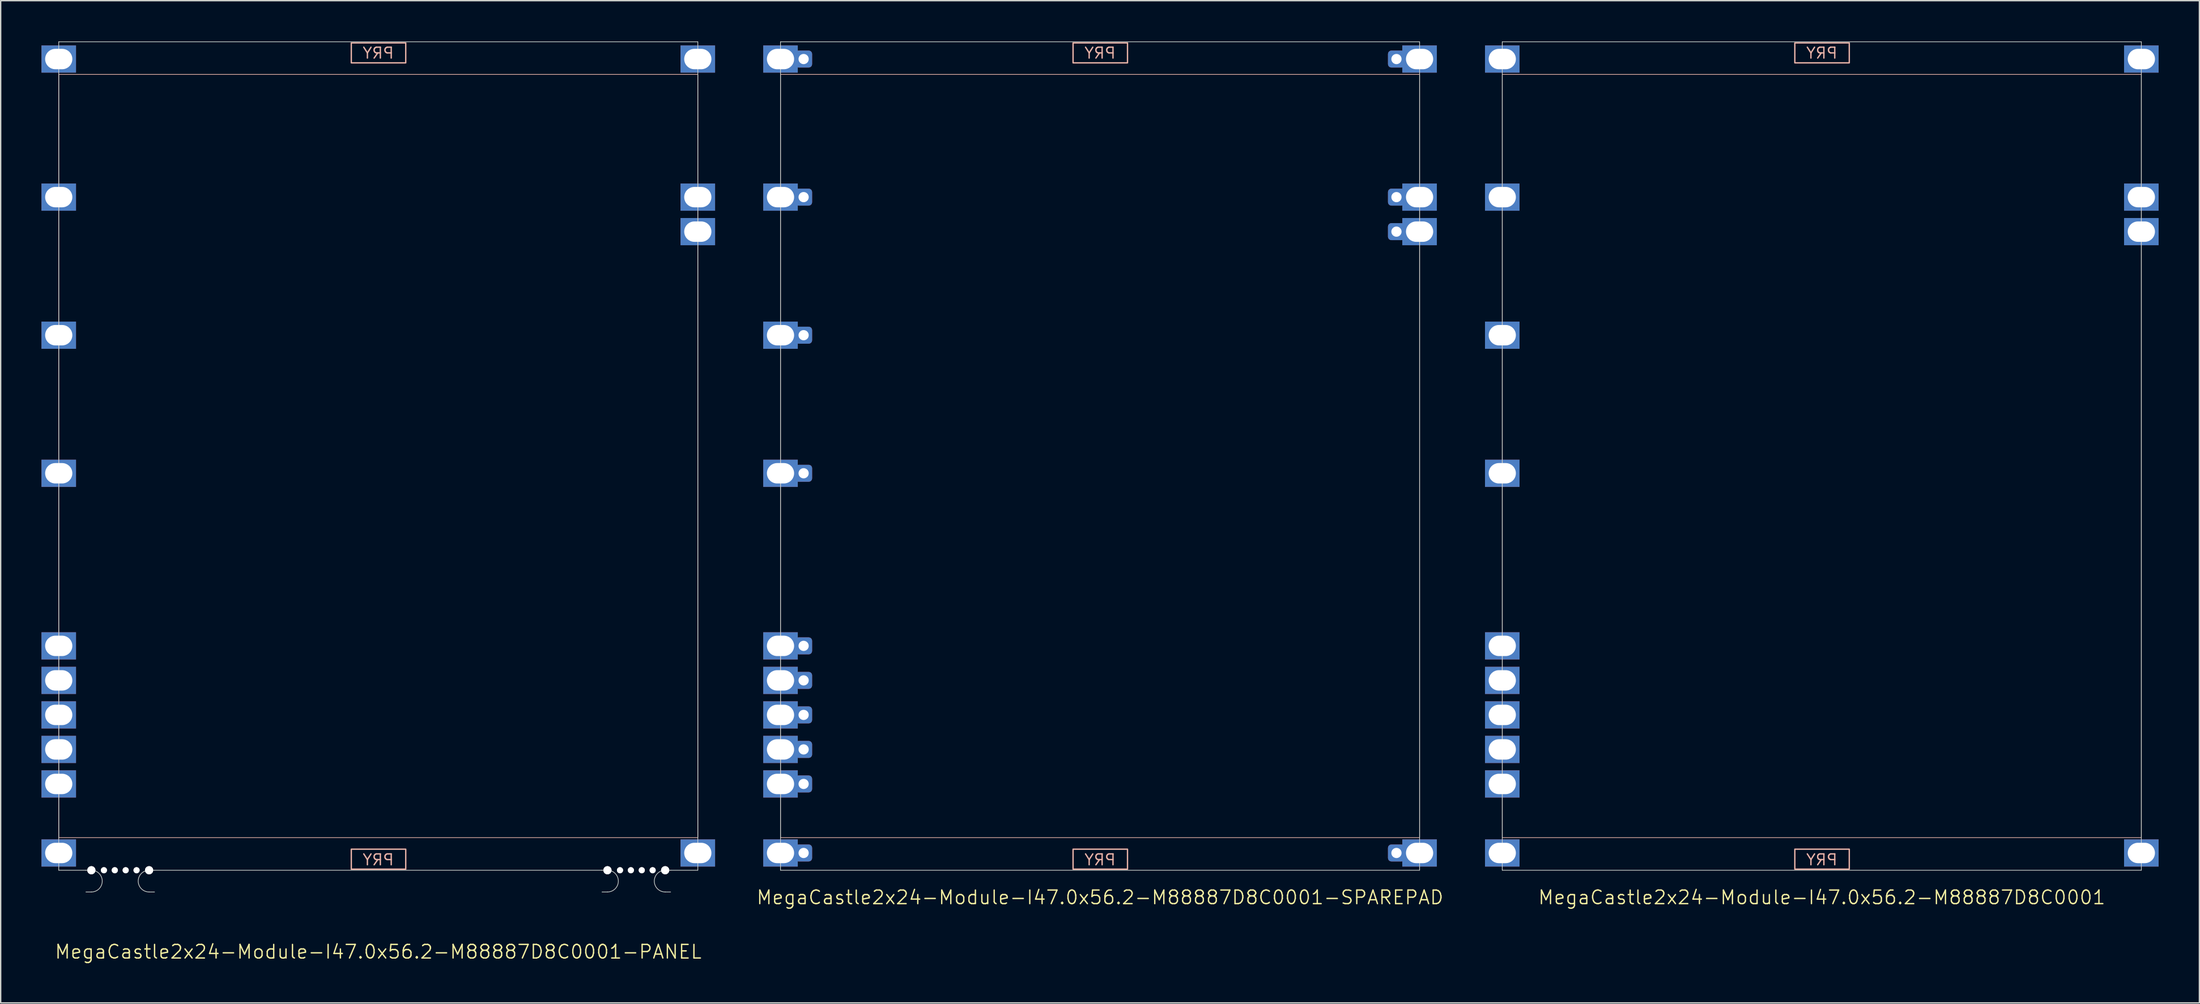
<source format=kicad_pcb>
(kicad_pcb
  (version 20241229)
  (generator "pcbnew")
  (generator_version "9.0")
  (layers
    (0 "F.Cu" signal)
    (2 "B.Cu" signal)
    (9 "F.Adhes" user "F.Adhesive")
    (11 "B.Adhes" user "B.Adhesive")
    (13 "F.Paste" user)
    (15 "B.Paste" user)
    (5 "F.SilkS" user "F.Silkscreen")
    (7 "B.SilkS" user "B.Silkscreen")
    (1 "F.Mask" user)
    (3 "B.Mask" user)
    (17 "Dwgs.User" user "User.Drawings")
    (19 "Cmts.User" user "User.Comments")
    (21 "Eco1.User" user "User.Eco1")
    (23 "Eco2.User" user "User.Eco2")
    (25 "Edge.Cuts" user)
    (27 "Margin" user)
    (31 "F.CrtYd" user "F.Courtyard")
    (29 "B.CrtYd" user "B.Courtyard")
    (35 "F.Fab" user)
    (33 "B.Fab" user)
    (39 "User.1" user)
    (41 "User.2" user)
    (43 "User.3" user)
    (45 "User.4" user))
  (footprint "MegaCastle2x24-Module-I47.0x56.2-M88887D8C0001-PANEL"
    (layer "F.Cu")
    (at 24.77 30.505)
    (property "Reference" "MegaCastle2x24-Module-I47.0x56.2-M88887D8C0001-PANEL" (at 0 36.48 0) (unlocked yes) (layer "F.SilkS") (effects (font (size 1 1) (thickness 0.1))))
    (attr smd)
    (fp_rect (start -23.5 28.08) (end 23.5 -28.08) (stroke (width 0.05) (type default)) (fill no) (layer "B.SilkS"))
    (fp_rect (start -1.984 -28.931) (end 2.02 -30.4) (stroke (width 0.1) (type default)) (fill no) (layer "B.SilkS"))
    (fp_rect (start -1.984 28.931) (end 2.02 30.4) (stroke (width 0.1) (type default)) (fill no) (layer "B.SilkS"))
    (fp_line (start -23.5 -30.48) (end -23.5 30.48) (stroke (width 0.05) (type default)) (layer "Edge.Cuts"))
    (fp_line (start -23.5 -30.48) (end 23.5 -30.48) (stroke (width 0.05) (type default)) (layer "Edge.Cuts"))
    (fp_line (start -23.5 30.48) (end -21.5 30.48) (stroke (width 0.05) (type default)) (layer "Edge.Cuts"))
    (fp_line (start -21.5 30.48) (end -21.1 30.48) (stroke (width 0.05) (type default)) (layer "Edge.Cuts"))
    (fp_line (start -21.5 32.08) (end -21.1 32.08) (stroke (width 0.05) (type default)) (layer "Edge.Cuts"))
    (fp_line (start -16.455 30.48) (end -16.855 30.48) (stroke (width 0.05) (type default)) (layer "Edge.Cuts"))
    (fp_line (start -16.455 30.48) (end 16.455 30.48) (stroke (width 0.05) (type default)) (layer "Edge.Cuts"))
    (fp_line (start -16.455 32.08) (end -16.855 32.08) (stroke (width 0.05) (type default)) (layer "Edge.Cuts"))
    (fp_line (start 16.455 30.48) (end 16.855 30.48) (stroke (width 0.05) (type default)) (layer "Edge.Cuts"))
    (fp_line (start 16.455 32.08) (end 16.855 32.08) (stroke (width 0.05) (type default)) (layer "Edge.Cuts"))
    (fp_line (start 21.5 30.48) (end 21.1 30.48) (stroke (width 0.05) (type default)) (layer "Edge.Cuts"))
    (fp_line (start 21.5 30.48) (end 23.5 30.48) (stroke (width 0.05) (type default)) (layer "Edge.Cuts"))
    (fp_line (start 21.5 32.08) (end 21.1 32.08) (stroke (width 0.05) (type default)) (layer "Edge.Cuts"))
    (fp_line (start 23.5 -30.48) (end 23.5 30.48) (stroke (width 0.05) (type default)) (layer "Edge.Cuts"))
    (fp_arc (start -21.1 30.48) (mid -20.299999 31.280001) (end -21.1 32.080002) (stroke (width 0.05) (type default)) (layer "Edge.Cuts"))
    (fp_arc (start -16.855 32.080002) (mid -17.655001 31.280001) (end -16.855 30.48) (stroke (width 0.05) (type default)) (layer "Edge.Cuts"))
    (fp_arc (start 16.855001 30.48) (mid 17.655003 31.280001) (end 16.855001 32.080002) (stroke (width 0.05) (type default)) (layer "Edge.Cuts"))
    (fp_arc (start 21.100002 32.080002) (mid 20.299998 31.28) (end 21.100002 30.48) (stroke (width 0.05) (type default)) (layer "Edge.Cuts"))
    (fp_text user "PRY" (at 0 30.18 0) (unlocked yes) (layer "B.SilkS") (effects (font (size 0.8 0.8) (thickness 0.1)) (justify bottom mirror)))
    (fp_text user "PRY" (at 0 -29.18 0) (unlocked yes) (layer "B.SilkS") (effects (font (size 0.8 0.8) (thickness 0.1)) (justify bottom mirror)))
    (pad "" np_thru_hole circle (at -21.1 30.48) (size 0.6 0.6) (drill 0.6) (layers "*.Cu" "Edge.Cuts"))
    (pad "" np_thru_hole circle (at -20.177 30.48) (size 0.45 0.45) (drill 0.45) (layers "*.Cu" "Edge.Cuts"))
    (pad "" np_thru_hole circle (at -19.378 30.48) (size 0.45 0.45) (drill 0.45) (layers "*.Cu" "Edge.Cuts"))
    (pad "" np_thru_hole circle (at -18.577 30.48) (size 0.45 0.45) (drill 0.45) (layers "*.Cu" "Edge.Cuts"))
    (pad "" np_thru_hole circle (at -17.777 30.48) (size 0.45 0.45) (drill 0.45) (layers "*.Cu" "Edge.Cuts"))
    (pad "" np_thru_hole circle (at -16.855 30.48) (size 0.6 0.6) (drill 0.6) (layers "*.Cu" "Edge.Cuts"))
    (pad "" np_thru_hole circle (at 16.855 30.48) (size 0.6 0.6) (drill 0.6) (layers "*.Cu" "Edge.Cuts"))
    (pad "" np_thru_hole circle (at 17.778 30.48) (size 0.45 0.45) (drill 0.45) (layers "*.Cu" "Edge.Cuts"))
    (pad "" np_thru_hole circle (at 18.578 30.48) (size 0.45 0.45) (drill 0.45) (layers "*.Cu" "Edge.Cuts"))
    (pad "" np_thru_hole circle (at 19.378 30.48) (size 0.45 0.45) (drill 0.45) (layers "*.Cu" "Edge.Cuts"))
    (pad "" np_thru_hole circle (at 20.178 30.48) (size 0.45 0.45) (drill 0.45) (layers "*.Cu" "Edge.Cuts"))
    (pad "" np_thru_hole circle (at 21.1 30.48) (size 0.6 0.6) (drill 0.6) (layers "*.Cu" "Edge.Cuts"))
    (pad "1" thru_hole rect (at -23.5 -29.21) (size 2.54 2) (drill oval 2 1.5) (property pad_prop_castellated) (layers "*.Cu" "*.Mask"))
    (pad "5" thru_hole rect (at -23.5 -19.05) (size 2.54 2) (drill oval 2 1.5) (property pad_prop_castellated) (layers "*.Cu" "*.Mask"))
    (pad "9" thru_hole rect (at -23.5 -8.89) (size 2.54 2) (drill oval 2 1.5) (property pad_prop_castellated) (layers "*.Cu" "*.Mask"))
    (pad "13" thru_hole rect (at -23.5 1.27) (size 2.54 2) (drill oval 2 1.5) (property pad_prop_castellated) (layers "*.Cu" "*.Mask"))
    (pad "18" thru_hole rect (at -23.5 13.97) (size 2.54 2) (drill oval 2 1.5) (property pad_prop_castellated) (layers "*.Cu" "*.Mask"))
    (pad "19" thru_hole rect (at -23.5 16.51) (size 2.54 2) (drill oval 2 1.5) (property pad_prop_castellated) (layers "*.Cu" "*.Mask"))
    (pad "20" thru_hole rect (at -23.5 19.05) (size 2.54 2) (drill oval 2 1.5) (property pad_prop_castellated) (layers "*.Cu" "*.Mask"))
    (pad "21" thru_hole rect (at -23.5 21.59) (size 2.54 2) (drill oval 2 1.5) (property pad_prop_castellated) (layers "*.Cu" "*.Mask"))
    (pad "22" thru_hole rect (at -23.5 24.13) (size 2.54 2) (drill oval 2 1.5) (property pad_prop_castellated) (layers "*.Cu" "*.Mask"))
    (pad "24" thru_hole rect (at -23.5 29.21) (size 2.54 2) (drill oval 2 1.5) (property pad_prop_castellated) (layers "*.Cu" "*.Mask"))
    (pad "25" thru_hole rect (at 23.5 -29.21) (size 2.54 2) (drill oval 2 1.5) (property pad_prop_castellated) (layers "*.Cu" "*.Mask"))
    (pad "29" thru_hole rect (at 23.5 -19.05) (size 2.54 2) (drill oval 2 1.5) (property pad_prop_castellated) (layers "*.Cu" "*.Mask"))
    (pad "30" thru_hole rect (at 23.5 -16.51) (size 2.54 2) (drill oval 2 1.5) (property pad_prop_castellated) (layers "*.Cu" "*.Mask"))
    (pad "48" thru_hole rect (at 23.5 29.21) (size 2.54 2) (drill oval 2 1.5) (property pad_prop_castellated) (layers "*.Cu" "*.Mask"))
    (zone (net_name "") (layer "B.Cu") (hatch edge 0.5) (connect_pads) (min_thickness 0.25) (filled_areas_thickness no) (keepout (tracks allowed) (vias allowed) (pads allowed) (copperpour allowed) (footprints not_allowed)) (placement (enabled no)) (fill) (polygon (pts (xy 1.27 60.985) (xy 1.27 0.025))))
    (zone (net_name "") (layer "B.Cu") (hatch edge 0.5) (connect_pads) (min_thickness 0.25) (filled_areas_thickness no) (keepout (tracks allowed) (vias allowed) (pads allowed) (copperpour allowed) (footprints not_allowed)) (placement (enabled no)) (fill) (polygon (pts (xy 48.27 60.985) (xy 48.27 0.025))))
    (zone (net_name "") (layer "B.Cu") (hatch edge 0.5) (connect_pads) (min_thickness 0.25) (filled_areas_thickness no) (keepout (tracks allowed) (vias allowed) (pads allowed) (copperpour allowed) (footprints not_allowed)) (placement (enabled no)) (fill) (polygon (pts (xy 1.27 0.025) (xy 1.27 2.425) (xy 48.27 2.425) (xy 48.27 0.025))))
    (zone (net_name "") (layer "B.Cu") (hatch edge 0.5) (connect_pads) (min_thickness 0.25) (filled_areas_thickness no) (keepout (tracks allowed) (vias allowed) (pads allowed) (copperpour allowed) (footprints not_allowed)) (placement (enabled no)) (fill) (polygon (pts (xy 1.27 60.985) (xy 1.27 58.585) (xy 48.27 58.585) (xy 48.27 60.985))))
    (zone (net_name "") (layer "B.Cu") (name "Upper Pry Zone") (hatch edge 0.5) (connect_pads) (min_thickness 0.25) (filled_areas_thickness no) (keepout (tracks not_allowed) (vias not_allowed) (pads not_allowed) (copperpour allowed) (footprints not_allowed)) (placement (enabled no)) (fill) (polygon (pts (xy 22.786 1.574) (xy 22.786 0.105) (xy 26.79 0.105) (xy 26.79 1.574))))
    (zone (net_name "") (layer "B.Cu") (name "Upper Pry Zone") (hatch edge 0.5) (connect_pads) (min_thickness 0.25) (filled_areas_thickness no) (keepout (tracks not_allowed) (vias not_allowed) (pads not_allowed) (copperpour allowed) (footprints not_allowed)) (placement (enabled no)) (fill) (polygon (pts (xy 22.786 59.436) (xy 22.786 60.905) (xy 26.79 60.905) (xy 26.79 59.436)))))
  (footprint "MegaCastle2x24-Module-I47.0x56.2-M88887D8C0001-SPAREPAD"
    (layer "F.Cu")
    (at 77.852 30.505)
    (property "Reference" "MegaCastle2x24-Module-I47.0x56.2-M88887D8C0001-SPAREPAD" (at 0 32.48 0) (unlocked yes) (layer "F.SilkS") (effects (font (size 1 1) (thickness 0.1))))
    (attr smd)
    (fp_rect (start -23.5 28.08) (end 23.5 -28.08) (stroke (width 0.05) (type default)) (fill no) (layer "B.SilkS"))
    (fp_rect (start -1.984 -28.931) (end 2.02 -30.4) (stroke (width 0.1) (type default)) (fill no) (layer "B.SilkS"))
    (fp_rect (start -1.984 28.931) (end 2.02 30.4) (stroke (width 0.1) (type default)) (fill no) (layer "B.SilkS"))
    (fp_line (start -23.5 -30.48) (end -23.5 30.48) (stroke (width 0.05) (type default)) (layer "Edge.Cuts"))
    (fp_line (start -23.5 -30.48) (end 23.5 -30.48) (stroke (width 0.05) (type default)) (layer "Edge.Cuts"))
    (fp_line (start -23.5 30.48) (end 23.5 30.48) (stroke (width 0.05) (type default)) (layer "Edge.Cuts"))
    (fp_line (start 23.5 -30.48) (end 23.5 30.48) (stroke (width 0.05) (type default)) (layer "Edge.Cuts"))
    (fp_text user "PRY" (at 0 30.18 0) (unlocked yes) (layer "B.SilkS") (effects (font (size 0.8 0.8) (thickness 0.1)) (justify bottom mirror)))
    (fp_text user "PRY" (at 0 -29.18 0) (unlocked yes) (layer "B.SilkS") (effects (font (size 0.8 0.8) (thickness 0.1)) (justify bottom mirror)))
    (pad "1" thru_hole rect (at -23.5 -29.21) (size 2.54 2) (drill oval 2 1.5) (property pad_prop_castellated) (layers "*.Cu" "*.Mask"))
    (pad "1" thru_hole roundrect (at -21.8 -29.21 180) (size 1.25 1.25) (drill 0.75) (layers "*.Cu" "*.Mask") (roundrect_rratio 0.2))
    (pad "5" thru_hole rect (at -23.5 -19.05) (size 2.54 2) (drill oval 2 1.5) (property pad_prop_castellated) (layers "*.Cu" "*.Mask"))
    (pad "5" thru_hole roundrect (at -21.8 -19.05 180) (size 1.25 1.25) (drill 0.75) (layers "*.Cu" "*.Mask") (roundrect_rratio 0.2))
    (pad "9" thru_hole rect (at -23.5 -8.89) (size 2.54 2) (drill oval 2 1.5) (property pad_prop_castellated) (layers "*.Cu" "*.Mask"))
    (pad "9" thru_hole roundrect (at -21.8 -8.89 180) (size 1.25 1.25) (drill 0.75) (layers "*.Cu" "*.Mask") (roundrect_rratio 0.2))
    (pad "13" thru_hole rect (at -23.5 1.27) (size 2.54 2) (drill oval 2 1.5) (property pad_prop_castellated) (layers "*.Cu" "*.Mask"))
    (pad "13" thru_hole roundrect (at -21.8 1.27 180) (size 1.25 1.25) (drill 0.75) (layers "*.Cu" "*.Mask") (roundrect_rratio 0.2))
    (pad "18" thru_hole rect (at -23.5 13.97) (size 2.54 2) (drill oval 2 1.5) (property pad_prop_castellated) (layers "*.Cu" "*.Mask"))
    (pad "18" thru_hole roundrect (at -21.8 13.97 180) (size 1.25 1.25) (drill 0.75) (layers "*.Cu" "*.Mask") (roundrect_rratio 0.2))
    (pad "19" thru_hole rect (at -23.5 16.51) (size 2.54 2) (drill oval 2 1.5) (property pad_prop_castellated) (layers "*.Cu" "*.Mask"))
    (pad "19" thru_hole roundrect (at -21.8 16.51 180) (size 1.25 1.25) (drill 0.75) (layers "*.Cu" "*.Mask") (roundrect_rratio 0.2))
    (pad "20" thru_hole rect (at -23.5 19.05) (size 2.54 2) (drill oval 2 1.5) (property pad_prop_castellated) (layers "*.Cu" "*.Mask"))
    (pad "20" thru_hole roundrect (at -21.8 19.05 180) (size 1.25 1.25) (drill 0.75) (layers "*.Cu" "*.Mask") (roundrect_rratio 0.2))
    (pad "21" thru_hole rect (at -23.5 21.59) (size 2.54 2) (drill oval 2 1.5) (property pad_prop_castellated) (layers "*.Cu" "*.Mask"))
    (pad "21" thru_hole roundrect (at -21.8 21.59 180) (size 1.25 1.25) (drill 0.75) (layers "*.Cu" "*.Mask") (roundrect_rratio 0.2))
    (pad "22" thru_hole rect (at -23.5 24.13) (size 2.54 2) (drill oval 2 1.5) (property pad_prop_castellated) (layers "*.Cu" "*.Mask"))
    (pad "22" thru_hole roundrect (at -21.8 24.13 180) (size 1.25 1.25) (drill 0.75) (layers "*.Cu" "*.Mask") (roundrect_rratio 0.2))
    (pad "24" thru_hole rect (at -23.5 29.21) (size 2.54 2) (drill oval 2 1.5) (property pad_prop_castellated) (layers "*.Cu" "*.Mask"))
    (pad "24" thru_hole roundrect (at -21.8 29.21 180) (size 1.25 1.25) (drill 0.75) (layers "*.Cu" "*.Mask") (roundrect_rratio 0.2))
    (pad "25" thru_hole roundrect (at 21.8 -29.21 180) (size 1.25 1.25) (drill 0.75) (layers "*.Cu" "*.Mask") (roundrect_rratio 0.2))
    (pad "25" thru_hole rect (at 23.5 -29.21) (size 2.54 2) (drill oval 2 1.5) (property pad_prop_castellated) (layers "*.Cu" "*.Mask"))
    (pad "29" thru_hole roundrect (at 21.8 -19.05 180) (size 1.25 1.25) (drill 0.75) (layers "*.Cu" "*.Mask") (roundrect_rratio 0.2))
    (pad "29" thru_hole rect (at 23.5 -19.05) (size 2.54 2) (drill oval 2 1.5) (property pad_prop_castellated) (layers "*.Cu" "*.Mask"))
    (pad "30" thru_hole roundrect (at 21.8 -16.51 180) (size 1.25 1.25) (drill 0.75) (layers "*.Cu" "*.Mask") (roundrect_rratio 0.2))
    (pad "30" thru_hole rect (at 23.5 -16.51) (size 2.54 2) (drill oval 2 1.5) (property pad_prop_castellated) (layers "*.Cu" "*.Mask"))
    (pad "48" thru_hole roundrect (at 21.8 29.21 180) (size 1.25 1.25) (drill 0.75) (layers "*.Cu" "*.Mask") (roundrect_rratio 0.2))
    (pad "48" thru_hole rect (at 23.5 29.21) (size 2.54 2) (drill oval 2 1.5) (property pad_prop_castellated) (layers "*.Cu" "*.Mask"))
    (zone (net_name "") (layer "B.Cu") (hatch edge 0.5) (connect_pads) (min_thickness 0.25) (filled_areas_thickness no) (keepout (tracks allowed) (vias allowed) (pads allowed) (copperpour allowed) (footprints not_allowed)) (placement (enabled no)) (fill) (polygon (pts (xy 54.352 60.985) (xy 54.352 0.025))))
    (zone (net_name "") (layer "B.Cu") (hatch edge 0.5) (connect_pads) (min_thickness 0.25) (filled_areas_thickness no) (keepout (tracks allowed) (vias allowed) (pads allowed) (copperpour allowed) (footprints not_allowed)) (placement (enabled no)) (fill) (polygon (pts (xy 101.352 60.985) (xy 101.352 0.025))))
    (zone (net_name "") (layer "B.Cu") (hatch edge 0.5) (connect_pads) (min_thickness 0.25) (filled_areas_thickness no) (keepout (tracks allowed) (vias allowed) (pads allowed) (copperpour allowed) (footprints not_allowed)) (placement (enabled no)) (fill) (polygon (pts (xy 54.352 0.025) (xy 54.352 2.425) (xy 101.352 2.425) (xy 101.352 0.025))))
    (zone (net_name "") (layer "B.Cu") (hatch edge 0.5) (connect_pads) (min_thickness 0.25) (filled_areas_thickness no) (keepout (tracks allowed) (vias allowed) (pads allowed) (copperpour allowed) (footprints not_allowed)) (placement (enabled no)) (fill) (polygon (pts (xy 54.352 60.985) (xy 54.352 58.585) (xy 101.352 58.585) (xy 101.352 60.985))))
    (zone (net_name "") (layer "B.Cu") (name "Upper Pry Zone") (hatch edge 0.5) (connect_pads) (min_thickness 0.25) (filled_areas_thickness no) (keepout (tracks not_allowed) (vias not_allowed) (pads not_allowed) (copperpour allowed) (footprints not_allowed)) (placement (enabled no)) (fill) (polygon (pts (xy 75.868 1.574) (xy 75.868 0.105) (xy 79.871 0.105) (xy 79.871 1.574))))
    (zone (net_name "") (layer "B.Cu") (name "Upper Pry Zone") (hatch edge 0.5) (connect_pads) (min_thickness 0.25) (filled_areas_thickness no) (keepout (tracks not_allowed) (vias not_allowed) (pads not_allowed) (copperpour allowed) (footprints not_allowed)) (placement (enabled no)) (fill) (polygon (pts (xy 75.868 59.436) (xy 75.868 60.905) (xy 79.871 60.905) (xy 79.871 59.436)))))
  (footprint "MegaCastle2x24-Module-I47.0x56.2-M88887D8C0001"
    (layer "F.Cu")
    (at 130.934 30.505)
    (property "Reference" "MegaCastle2x24-Module-I47.0x56.2-M88887D8C0001" (at 0 32.48 0) (unlocked yes) (layer "F.SilkS") (effects (font (size 1 1) (thickness 0.1))))
    (attr smd)
    (fp_rect (start -23.5 28.08) (end 23.5 -28.08) (stroke (width 0.05) (type default)) (fill no) (layer "B.SilkS"))
    (fp_rect (start -1.984 -28.931) (end 2.02 -30.4) (stroke (width 0.1) (type default)) (fill no) (layer "B.SilkS"))
    (fp_rect (start -1.984 28.931) (end 2.02 30.4) (stroke (width 0.1) (type default)) (fill no) (layer "B.SilkS"))
    (fp_line (start -23.5 -30.48) (end -23.5 30.48) (stroke (width 0.05) (type default)) (layer "Edge.Cuts"))
    (fp_line (start -23.5 -30.48) (end 23.5 -30.48) (stroke (width 0.05) (type default)) (layer "Edge.Cuts"))
    (fp_line (start -23.5 30.48) (end 23.5 30.48) (stroke (width 0.05) (type default)) (layer "Edge.Cuts"))
    (fp_line (start 23.5 -30.48) (end 23.5 30.48) (stroke (width 0.05) (type default)) (layer "Edge.Cuts"))
    (fp_text user "PRY" (at 0 30.18 0) (unlocked yes) (layer "B.SilkS") (effects (font (size 0.8 0.8) (thickness 0.1)) (justify bottom mirror)))
    (fp_text user "PRY" (at 0 -29.18 0) (unlocked yes) (layer "B.SilkS") (effects (font (size 0.8 0.8) (thickness 0.1)) (justify bottom mirror)))
    (pad "1" thru_hole rect (at -23.5 -29.21) (size 2.54 2) (drill oval 2 1.5) (property pad_prop_castellated) (layers "*.Cu" "*.Mask"))
    (pad "5" thru_hole rect (at -23.5 -19.05) (size 2.54 2) (drill oval 2 1.5) (property pad_prop_castellated) (layers "*.Cu" "*.Mask"))
    (pad "9" thru_hole rect (at -23.5 -8.89) (size 2.54 2) (drill oval 2 1.5) (property pad_prop_castellated) (layers "*.Cu" "*.Mask"))
    (pad "13" thru_hole rect (at -23.5 1.27) (size 2.54 2) (drill oval 2 1.5) (property pad_prop_castellated) (layers "*.Cu" "*.Mask"))
    (pad "18" thru_hole rect (at -23.5 13.97) (size 2.54 2) (drill oval 2 1.5) (property pad_prop_castellated) (layers "*.Cu" "*.Mask"))
    (pad "19" thru_hole rect (at -23.5 16.51) (size 2.54 2) (drill oval 2 1.5) (property pad_prop_castellated) (layers "*.Cu" "*.Mask"))
    (pad "20" thru_hole rect (at -23.5 19.05) (size 2.54 2) (drill oval 2 1.5) (property pad_prop_castellated) (layers "*.Cu" "*.Mask"))
    (pad "21" thru_hole rect (at -23.5 21.59) (size 2.54 2) (drill oval 2 1.5) (property pad_prop_castellated) (layers "*.Cu" "*.Mask"))
    (pad "22" thru_hole rect (at -23.5 24.13) (size 2.54 2) (drill oval 2 1.5) (property pad_prop_castellated) (layers "*.Cu" "*.Mask"))
    (pad "24" thru_hole rect (at -23.5 29.21) (size 2.54 2) (drill oval 2 1.5) (property pad_prop_castellated) (layers "*.Cu" "*.Mask"))
    (pad "25" thru_hole rect (at 23.5 -29.21) (size 2.54 2) (drill oval 2 1.5) (property pad_prop_castellated) (layers "*.Cu" "*.Mask"))
    (pad "29" thru_hole rect (at 23.5 -19.05) (size 2.54 2) (drill oval 2 1.5) (property pad_prop_castellated) (layers "*.Cu" "*.Mask"))
    (pad "30" thru_hole rect (at 23.5 -16.51) (size 2.54 2) (drill oval 2 1.5) (property pad_prop_castellated) (layers "*.Cu" "*.Mask"))
    (pad "48" thru_hole rect (at 23.5 29.21) (size 2.54 2) (drill oval 2 1.5) (property pad_prop_castellated) (layers "*.Cu" "*.Mask"))
    (zone (net_name "") (layer "B.Cu") (hatch edge 0.5) (connect_pads) (min_thickness 0.25) (filled_areas_thickness no) (keepout (tracks allowed) (vias allowed) (pads allowed) (copperpour allowed) (footprints not_allowed)) (placement (enabled no)) (fill) (polygon (pts (xy 107.434 60.985) (xy 107.434 0.025))))
    (zone (net_name "") (layer "B.Cu") (hatch edge 0.5) (connect_pads) (min_thickness 0.25) (filled_areas_thickness no) (keepout (tracks allowed) (vias allowed) (pads allowed) (copperpour allowed) (footprints not_allowed)) (placement (enabled no)) (fill) (polygon (pts (xy 154.434 60.985) (xy 154.434 0.025))))
    (zone (net_name "") (layer "B.Cu") (hatch edge 0.5) (connect_pads) (min_thickness 0.25) (filled_areas_thickness no) (keepout (tracks allowed) (vias allowed) (pads allowed) (copperpour allowed) (footprints not_allowed)) (placement (enabled no)) (fill) (polygon (pts (xy 107.434 0.025) (xy 107.434 2.425) (xy 154.434 2.425) (xy 154.434 0.025))))
    (zone (net_name "") (layer "B.Cu") (hatch edge 0.5) (connect_pads) (min_thickness 0.25) (filled_areas_thickness no) (keepout (tracks allowed) (vias allowed) (pads allowed) (copperpour allowed) (footprints not_allowed)) (placement (enabled no)) (fill) (polygon (pts (xy 107.434 60.985) (xy 107.434 58.585) (xy 154.434 58.585) (xy 154.434 60.985))))
    (zone (net_name "") (layer "B.Cu") (name "Upper Pry Zone") (hatch edge 0.5) (connect_pads) (min_thickness 0.25) (filled_areas_thickness no) (keepout (tracks not_allowed) (vias not_allowed) (pads not_allowed) (copperpour allowed) (footprints not_allowed)) (placement (enabled no)) (fill) (polygon (pts (xy 128.95 1.574) (xy 128.95 0.105) (xy 132.953 0.105) (xy 132.953 1.574))))
    (zone (net_name "") (layer "B.Cu") (name "Upper Pry Zone") (hatch edge 0.5) (connect_pads) (min_thickness 0.25) (filled_areas_thickness no) (keepout (tracks not_allowed) (vias not_allowed) (pads not_allowed) (copperpour allowed) (footprints not_allowed)) (placement (enabled no)) (fill) (polygon (pts (xy 128.95 59.436) (xy 128.95 60.905) (xy 132.953 60.905) (xy 132.953 59.436)))))
  (gr_rect
    (start -3 -3)
    (end 158.704 70.746)
    (stroke (width 0.1) (type default))
    (fill no)
    (layer "Edge.Cuts")))
</source>
